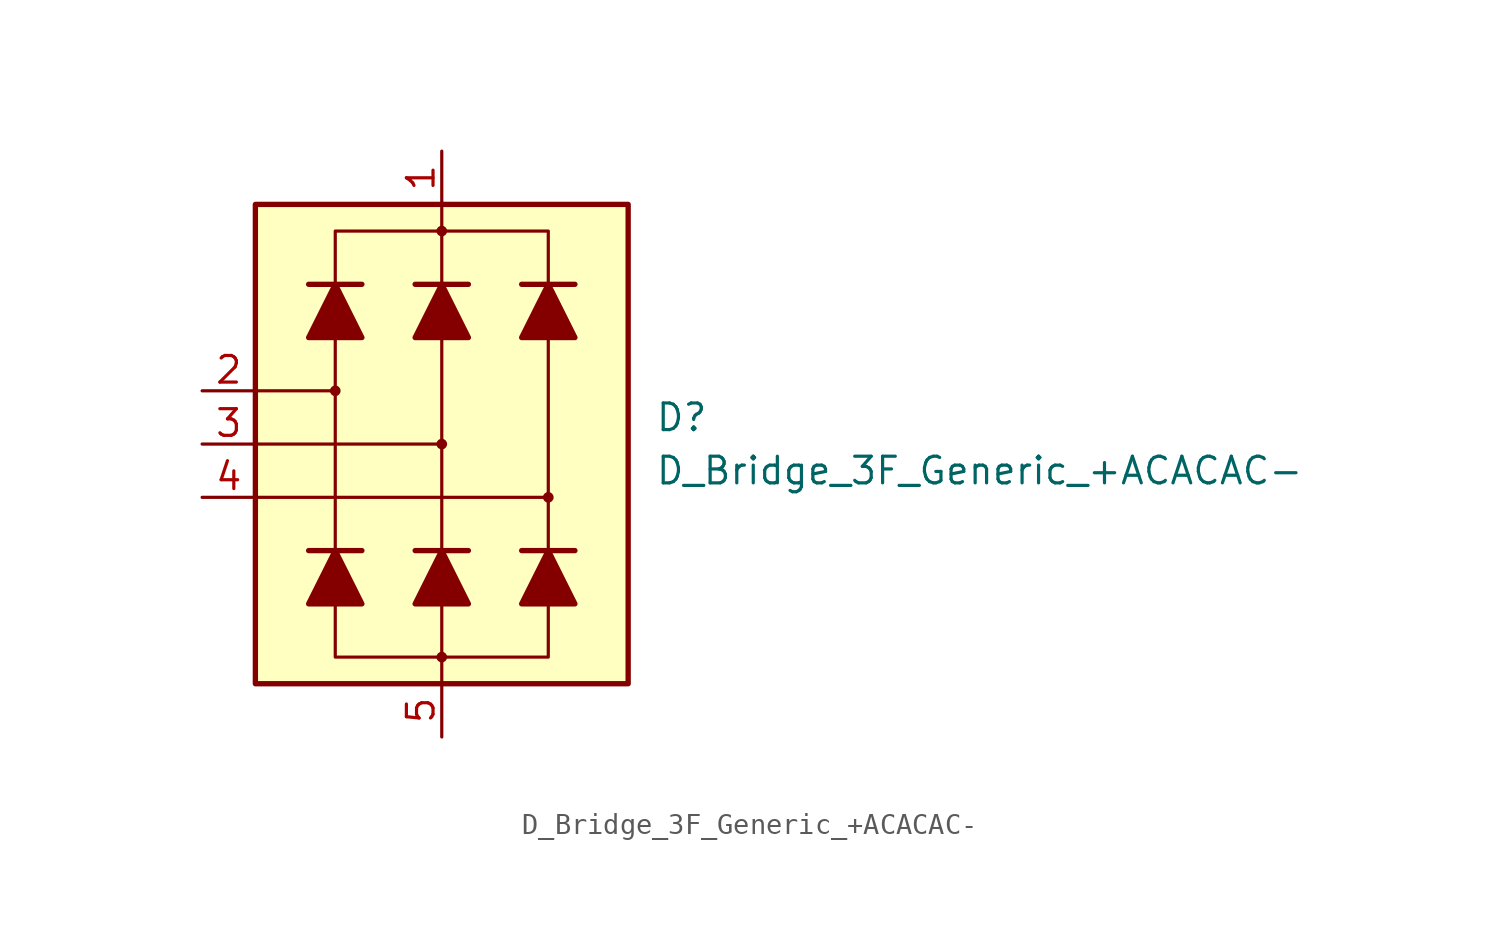
<source format=kicad_sym>
(kicad_symbol_lib
  (version 20211014)
  (generator kicad_symbol_editor)
  (symbol "D_Bridge_3F_Generic_+ACACAC-"
    (pin_names hide)
    (property "Reference" "D"
      (at 10.16 1.27 0)
      (effects (font (size 1.27 1.27)) (justify left)))
    (property "Value" "D_Bridge_3F_Generic_+ACACAC-"
      (at 10.16 -1.27 0)
      (effects (font (size 1.27 1.27)) (justify left)))
    (symbol "D_Bridge_3F_Generic_+ACACAC-_0_1"
      (rectangle (start -8.89 11.43) (end 8.89 -11.43) (stroke (width 0.254) (type default) (color 0 0 0 0)) (fill (type background)))
      (circle (center -5.08 2.54) (radius 0.178) (stroke (width 0) (type default) (color 0 0 0 0)) (fill (type outline)))
      (circle (center 0 -10.16) (radius 0.178) (stroke (width 0) (type default) (color 0 0 0 0)) (fill (type outline)))
      (polyline (pts (xy -8.89 -2.54) (xy 5.08 -2.54)) (stroke (width 0.152) (type default) (color 0 0 0 0)) (fill (type none)))
      (polyline (pts (xy -8.89 0) (xy 0 0)) (stroke (width 0.152) (type default) (color 0 0 0 0)) (fill (type none)))
      (polyline (pts (xy -8.89 2.54) (xy -5.08 2.54)) (stroke (width 0.152) (type default) (color 0 0 0 0)) (fill (type none)))
      (polyline (pts (xy -6.35 -5.08) (xy -3.81 -5.08)) (stroke (width 0.254) (type default) (color 0 0 0 0)) (fill (type none)))
      (polyline (pts (xy -6.35 7.62) (xy -3.81 7.62)) (stroke (width 0.254) (type default) (color 0 0 0 0)) (fill (type none)))
      (polyline (pts (xy -5.08 -7.62) (xy -5.08 -5.08)) (stroke (width 0) (type default) (color 0 0 0 0)) (fill (type none)))
      (polyline (pts (xy -5.08 -5.08) (xy -5.08 6.35)) (stroke (width 0.152) (type default) (color 0 0 0 0)) (fill (type none)))
      (polyline (pts (xy -5.08 5.08) (xy -5.08 7.62)) (stroke (width 0) (type default) (color 0 0 0 0)) (fill (type none)))
      (polyline (pts (xy -1.27 -5.08) (xy 1.27 -5.08)) (stroke (width 0.254) (type default) (color 0 0 0 0)) (fill (type none)))
      (polyline (pts (xy -1.27 7.62) (xy 1.27 7.62)) (stroke (width 0.254) (type default) (color 0 0 0 0)) (fill (type none)))
      (polyline (pts (xy 0 -7.62) (xy 0 -11.43)) (stroke (width 0.152) (type default) (color 0 0 0 0)) (fill (type none)))
      (polyline (pts (xy 0 -7.62) (xy 0 -5.08)) (stroke (width 0) (type default) (color 0 0 0 0)) (fill (type none)))
      (polyline (pts (xy 0 -5.08) (xy 0 6.35)) (stroke (width 0.152) (type default) (color 0 0 0 0)) (fill (type none)))
      (polyline (pts (xy 0 5.08) (xy 0 7.62)) (stroke (width 0) (type default) (color 0 0 0 0)) (fill (type none)))
      (polyline (pts (xy 0 7.62) (xy 0 11.43)) (stroke (width 0.152) (type default) (color 0 0 0 0)) (fill (type none)))
      (polyline (pts (xy 3.81 -5.08) (xy 6.35 -5.08)) (stroke (width 0.254) (type default) (color 0 0 0 0)) (fill (type none)))
      (polyline (pts (xy 3.81 7.62) (xy 6.35 7.62)) (stroke (width 0.254) (type default) (color 0 0 0 0)) (fill (type none)))
      (polyline (pts (xy 5.08 -7.62) (xy 5.08 -5.08)) (stroke (width 0) (type default) (color 0 0 0 0)) (fill (type none)))
      (polyline (pts (xy 5.08 -5.08) (xy 5.08 6.35)) (stroke (width 0.152) (type default) (color 0 0 0 0)) (fill (type none)))
      (polyline (pts (xy 5.08 5.08) (xy 5.08 7.62)) (stroke (width 0) (type default) (color 0 0 0 0)) (fill (type none)))
      (polyline (pts (xy -6.35 -7.62) (xy -3.81 -7.62) (xy -5.08 -5.08) (xy -6.35 -7.62)) (stroke (width 0.254) (type default) (color 0 0 0 0)) (fill (type outline)))
      (polyline (pts (xy -6.35 5.08) (xy -3.81 5.08) (xy -5.08 7.62) (xy -6.35 5.08)) (stroke (width 0.254) (type default) (color 0 0 0 0)) (fill (type outline)))
      (polyline (pts (xy -5.08 -7.62) (xy -5.08 -10.16) (xy 5.08 -10.16) (xy 5.08 -7.62)) (stroke (width 0.152) (type default) (color 0 0 0 0)) (fill (type none)))
      (polyline (pts (xy -5.08 7.62) (xy -5.08 10.16) (xy 5.08 10.16) (xy 5.08 7.62)) (stroke (width 0.152) (type default) (color 0 0 0 0)) (fill (type none)))
      (polyline (pts (xy -1.27 -7.62) (xy 1.27 -7.62) (xy 0 -5.08) (xy -1.27 -7.62)) (stroke (width 0.254) (type default) (color 0 0 0 0)) (fill (type outline)))
      (polyline (pts (xy -1.27 5.08) (xy 1.27 5.08) (xy 0 7.62) (xy -1.27 5.08)) (stroke (width 0.254) (type default) (color 0 0 0 0)) (fill (type outline)))
      (polyline (pts (xy 3.81 -7.62) (xy 6.35 -7.62) (xy 5.08 -5.08) (xy 3.81 -7.62)) (stroke (width 0.254) (type default) (color 0 0 0 0)) (fill (type outline)))
      (polyline (pts (xy 3.81 5.08) (xy 6.35 5.08) (xy 5.08 7.62) (xy 3.81 5.08)) (stroke (width 0.254) (type default) (color 0 0 0 0)) (fill (type outline)))
      (circle (center 0 0) (radius 0.178) (stroke (width 0) (type default) (color 0 0 0 0)) (fill (type outline)))
      (circle (center 0 10.16) (radius 0.178) (stroke (width 0) (type default) (color 0 0 0 0)) (fill (type outline)))
      (circle (center 5.08 -2.54) (radius 0.178) (stroke (width 0) (type default) (color 0 0 0 0)) (fill (type outline))))
    (symbol "D_Bridge_3F_Generic_+ACACAC-_1_1"
      (pin passive line (at 0 13.97 270) (length 2.54) (name "+" (effects (font (size 1.27 1.27)))) (number "1" (effects (font (size 1.27 1.27)))))
      (pin passive line (at -11.43 2.54 0) (length 2.54) (name "AC" (effects (font (size 1.27 1.27)))) (number "2" (effects (font (size 1.27 1.27)))))
      (pin passive line (at -11.43 0 0) (length 2.54) (name "AC" (effects (font (size 1.27 1.27)))) (number "3" (effects (font (size 1.27 1.27)))))
      (pin passive line (at -11.43 -2.54 0) (length 2.54) (name "AC" (effects (font (size 1.27 1.27)))) (number "4" (effects (font (size 1.27 1.27)))))
      (pin passive line (at 0 -13.97 90) (length 2.54) (name "-" (effects (font (size 1.27 1.27)))) (number "5" (effects (font (size 1.27 1.27))))))))
</source>
